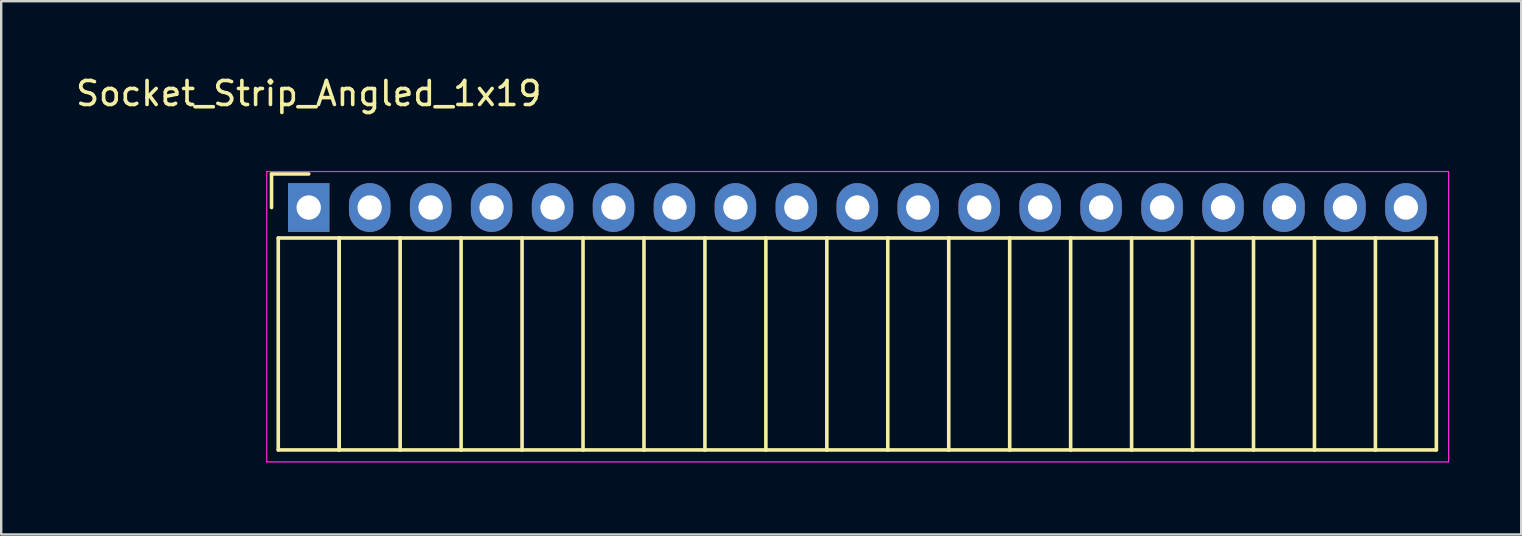
<source format=kicad_pcb>
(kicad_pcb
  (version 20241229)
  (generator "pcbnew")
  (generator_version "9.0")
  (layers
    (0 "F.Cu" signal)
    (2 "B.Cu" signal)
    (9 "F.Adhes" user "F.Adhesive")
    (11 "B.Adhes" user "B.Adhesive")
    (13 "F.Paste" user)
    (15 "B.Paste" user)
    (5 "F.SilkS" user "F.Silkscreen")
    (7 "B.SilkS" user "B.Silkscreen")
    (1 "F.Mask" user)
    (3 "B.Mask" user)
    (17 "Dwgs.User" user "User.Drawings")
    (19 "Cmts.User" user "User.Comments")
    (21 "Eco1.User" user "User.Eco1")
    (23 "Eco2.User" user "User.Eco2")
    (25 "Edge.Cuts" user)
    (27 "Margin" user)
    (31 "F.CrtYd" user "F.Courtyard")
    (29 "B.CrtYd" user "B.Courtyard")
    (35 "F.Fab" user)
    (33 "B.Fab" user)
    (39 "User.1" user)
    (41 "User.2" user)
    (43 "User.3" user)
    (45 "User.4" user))
  (footprint "Socket_Strip_Angled_1x19"
    (layer "F.Cu")
    (at 9.815 5.598)
    (property "Reference" "Socket_Strip_Angled_1x19" (at 0 -4.75 0) (layer "F.SilkS") (effects (font (size 1 1) (thickness 0.15))))
    (attr through_hole)
    (fp_line (start -1.55 -1.4) (end -1.55 0) (stroke (width 0.15) (type solid)) (layer "F.SilkS"))
    (fp_line (start -1.27 1.27) (end -1.27 10.1) (stroke (width 0.15) (type solid)) (layer "F.SilkS"))
    (fp_line (start -1.27 1.27) (end 1.27 1.27) (stroke (width 0.15) (type solid)) (layer "F.SilkS"))
    (fp_line (start -1.27 10.1) (end 1.27 10.1) (stroke (width 0.15) (type solid)) (layer "F.SilkS"))
    (fp_line (start 0 -1.4) (end -1.55 -1.4) (stroke (width 0.15) (type solid)) (layer "F.SilkS"))
    (fp_line (start 1.27 1.27) (end 1.27 10.1) (stroke (width 0.15) (type solid)) (layer "F.SilkS"))
    (fp_line (start 1.27 1.27) (end 3.81 1.27) (stroke (width 0.15) (type solid)) (layer "F.SilkS"))
    (fp_line (start 1.27 10.1) (end 1.27 1.27) (stroke (width 0.15) (type solid)) (layer "F.SilkS"))
    (fp_line (start 1.27 10.1) (end 3.81 10.1) (stroke (width 0.15) (type solid)) (layer "F.SilkS"))
    (fp_line (start 3.81 1.27) (end 6.35 1.27) (stroke (width 0.15) (type solid)) (layer "F.SilkS"))
    (fp_line (start 3.81 10.1) (end 3.81 1.27) (stroke (width 0.15) (type solid)) (layer "F.SilkS"))
    (fp_line (start 3.81 10.1) (end 6.35 10.1) (stroke (width 0.15) (type solid)) (layer "F.SilkS"))
    (fp_line (start 6.35 1.27) (end 8.89 1.27) (stroke (width 0.15) (type solid)) (layer "F.SilkS"))
    (fp_line (start 6.35 10.1) (end 6.35 1.27) (stroke (width 0.15) (type solid)) (layer "F.SilkS"))
    (fp_line (start 6.35 10.1) (end 8.89 10.1) (stroke (width 0.15) (type solid)) (layer "F.SilkS"))
    (fp_line (start 8.89 1.27) (end 11.43 1.27) (stroke (width 0.15) (type solid)) (layer "F.SilkS"))
    (fp_line (start 8.89 10.1) (end 8.89 1.27) (stroke (width 0.15) (type solid)) (layer "F.SilkS"))
    (fp_line (start 8.89 10.1) (end 11.43 10.1) (stroke (width 0.15) (type solid)) (layer "F.SilkS"))
    (fp_line (start 11.43 1.27) (end 13.97 1.27) (stroke (width 0.15) (type solid)) (layer "F.SilkS"))
    (fp_line (start 11.43 10.1) (end 11.43 1.27) (stroke (width 0.15) (type solid)) (layer "F.SilkS"))
    (fp_line (start 11.43 10.1) (end 13.97 10.1) (stroke (width 0.15) (type solid)) (layer "F.SilkS"))
    (fp_line (start 13.97 1.27) (end 16.51 1.27) (stroke (width 0.15) (type solid)) (layer "F.SilkS"))
    (fp_line (start 13.97 10.1) (end 13.97 1.27) (stroke (width 0.15) (type solid)) (layer "F.SilkS"))
    (fp_line (start 13.97 10.1) (end 16.51 10.1) (stroke (width 0.15) (type solid)) (layer "F.SilkS"))
    (fp_line (start 16.51 1.27) (end 19.05 1.27) (stroke (width 0.15) (type solid)) (layer "F.SilkS"))
    (fp_line (start 16.51 10.1) (end 16.51 1.27) (stroke (width 0.15) (type solid)) (layer "F.SilkS"))
    (fp_line (start 16.51 10.1) (end 19.05 10.1) (stroke (width 0.15) (type solid)) (layer "F.SilkS"))
    (fp_line (start 19.05 1.27) (end 21.59 1.27) (stroke (width 0.15) (type solid)) (layer "F.SilkS"))
    (fp_line (start 19.05 10.1) (end 19.05 1.27) (stroke (width 0.15) (type solid)) (layer "F.SilkS"))
    (fp_line (start 19.05 10.1) (end 21.59 10.1) (stroke (width 0.15) (type solid)) (layer "F.SilkS"))
    (fp_line (start 21.59 1.27) (end 24.13 1.27) (stroke (width 0.15) (type solid)) (layer "F.SilkS"))
    (fp_line (start 21.59 10.1) (end 21.59 1.27) (stroke (width 0.15) (type solid)) (layer "F.SilkS"))
    (fp_line (start 21.59 10.1) (end 24.13 10.1) (stroke (width 0.15) (type solid)) (layer "F.SilkS"))
    (fp_line (start 24.13 1.27) (end 26.67 1.27) (stroke (width 0.15) (type solid)) (layer "F.SilkS"))
    (fp_line (start 24.13 10.1) (end 24.13 1.27) (stroke (width 0.15) (type solid)) (layer "F.SilkS"))
    (fp_line (start 24.13 10.1) (end 26.67 10.1) (stroke (width 0.15) (type solid)) (layer "F.SilkS"))
    (fp_line (start 26.67 1.27) (end 29.21 1.27) (stroke (width 0.15) (type solid)) (layer "F.SilkS"))
    (fp_line (start 26.67 10.1) (end 26.67 1.27) (stroke (width 0.15) (type solid)) (layer "F.SilkS"))
    (fp_line (start 26.67 10.1) (end 29.21 10.1) (stroke (width 0.15) (type solid)) (layer "F.SilkS"))
    (fp_line (start 29.21 1.27) (end 31.75 1.27) (stroke (width 0.15) (type solid)) (layer "F.SilkS"))
    (fp_line (start 29.21 10.1) (end 29.21 1.27) (stroke (width 0.15) (type solid)) (layer "F.SilkS"))
    (fp_line (start 29.21 10.1) (end 31.75 10.1) (stroke (width 0.15) (type solid)) (layer "F.SilkS"))
    (fp_line (start 31.75 1.27) (end 34.29 1.27) (stroke (width 0.15) (type solid)) (layer "F.SilkS"))
    (fp_line (start 31.75 10.1) (end 31.75 1.27) (stroke (width 0.15) (type solid)) (layer "F.SilkS"))
    (fp_line (start 31.75 10.1) (end 34.29 10.1) (stroke (width 0.15) (type solid)) (layer "F.SilkS"))
    (fp_line (start 34.29 1.27) (end 36.83 1.27) (stroke (width 0.15) (type solid)) (layer "F.SilkS"))
    (fp_line (start 34.29 10.1) (end 34.29 1.27) (stroke (width 0.15) (type solid)) (layer "F.SilkS"))
    (fp_line (start 34.29 10.1) (end 36.83 10.1) (stroke (width 0.15) (type solid)) (layer "F.SilkS"))
    (fp_line (start 36.83 1.27) (end 39.37 1.27) (stroke (width 0.15) (type solid)) (layer "F.SilkS"))
    (fp_line (start 36.83 10.1) (end 36.83 1.27) (stroke (width 0.15) (type solid)) (layer "F.SilkS"))
    (fp_line (start 36.83 10.1) (end 39.37 10.1) (stroke (width 0.15) (type solid)) (layer "F.SilkS"))
    (fp_line (start 39.37 1.27) (end 41.91 1.27) (stroke (width 0.15) (type solid)) (layer "F.SilkS"))
    (fp_line (start 39.37 10.1) (end 39.37 1.27) (stroke (width 0.15) (type solid)) (layer "F.SilkS"))
    (fp_line (start 39.37 10.1) (end 41.91 10.1) (stroke (width 0.15) (type solid)) (layer "F.SilkS"))
    (fp_line (start 41.91 1.27) (end 44.45 1.27) (stroke (width 0.15) (type solid)) (layer "F.SilkS"))
    (fp_line (start 41.91 10.1) (end 41.91 1.27) (stroke (width 0.15) (type solid)) (layer "F.SilkS"))
    (fp_line (start 41.91 10.1) (end 44.45 10.1) (stroke (width 0.15) (type solid)) (layer "F.SilkS"))
    (fp_line (start 44.45 1.27) (end 46.99 1.27) (stroke (width 0.15) (type solid)) (layer "F.SilkS"))
    (fp_line (start 44.45 10.1) (end 44.45 1.27) (stroke (width 0.15) (type solid)) (layer "F.SilkS"))
    (fp_line (start 44.45 10.1) (end 46.99 10.1) (stroke (width 0.15) (type solid)) (layer "F.SilkS"))
    (fp_line (start 46.99 10.1) (end 46.99 1.27) (stroke (width 0.15) (type solid)) (layer "F.SilkS"))
    (fp_line (start -1.75 -1.5) (end -1.75 10.6) (stroke (width 0.05) (type solid)) (layer "F.CrtYd"))
    (fp_line (start -1.75 -1.5) (end 47.5 -1.5) (stroke (width 0.05) (type solid)) (layer "F.CrtYd"))
    (fp_line (start -1.75 10.6) (end 47.5 10.6) (stroke (width 0.05) (type solid)) (layer "F.CrtYd"))
    (fp_line (start 47.5 -1.5) (end 47.5 10.6) (stroke (width 0.05) (type solid)) (layer "F.CrtYd"))
    (pad "1" thru_hole rect (at 0 0) (size 1.727 2.032) (drill 1.016) (layers "*.Cu" "*.Mask"))
    (pad "2" thru_hole oval (at 2.54 0) (size 1.727 2.032) (drill 1.016) (layers "*.Cu" "*.Mask"))
    (pad "3" thru_hole oval (at 5.08 0) (size 1.727 2.032) (drill 1.016) (layers "*.Cu" "*.Mask"))
    (pad "4" thru_hole oval (at 7.62 0) (size 1.727 2.032) (drill 1.016) (layers "*.Cu" "*.Mask"))
    (pad "5" thru_hole oval (at 10.16 0) (size 1.727 2.032) (drill 1.016) (layers "*.Cu" "*.Mask"))
    (pad "6" thru_hole oval (at 12.7 0) (size 1.727 2.032) (drill 1.016) (layers "*.Cu" "*.Mask"))
    (pad "7" thru_hole oval (at 15.24 0) (size 1.727 2.032) (drill 1.016) (layers "*.Cu" "*.Mask"))
    (pad "8" thru_hole oval (at 17.78 0) (size 1.727 2.032) (drill 1.016) (layers "*.Cu" "*.Mask"))
    (pad "9" thru_hole oval (at 20.32 0) (size 1.727 2.032) (drill 1.016) (layers "*.Cu" "*.Mask"))
    (pad "10" thru_hole oval (at 22.86 0) (size 1.727 2.032) (drill 1.016) (layers "*.Cu" "*.Mask"))
    (pad "11" thru_hole oval (at 25.4 0) (size 1.727 2.032) (drill 1.016) (layers "*.Cu" "*.Mask"))
    (pad "12" thru_hole oval (at 27.94 0) (size 1.727 2.032) (drill 1.016) (layers "*.Cu" "*.Mask"))
    (pad "13" thru_hole oval (at 30.48 0) (size 1.727 2.032) (drill 1.016) (layers "*.Cu" "*.Mask"))
    (pad "14" thru_hole oval (at 33.02 0) (size 1.727 2.032) (drill 1.016) (layers "*.Cu" "*.Mask"))
    (pad "15" thru_hole oval (at 35.56 0) (size 1.727 2.032) (drill 1.016) (layers "*.Cu" "*.Mask"))
    (pad "16" thru_hole oval (at 38.1 0) (size 1.727 2.032) (drill 1.016) (layers "*.Cu" "*.Mask"))
    (pad "17" thru_hole oval (at 40.64 0) (size 1.727 2.032) (drill 1.016) (layers "*.Cu" "*.Mask"))
    (pad "18" thru_hole oval (at 43.18 0) (size 1.727 2.032) (drill 1.016) (layers "*.Cu" "*.Mask"))
    (pad "19" thru_hole oval (at 45.72 0) (size 1.727 2.032) (drill 1.016) (layers "*.Cu" "*.Mask")))
  (gr_rect
    (start -3 -3)
    (end 60.34 19.223)
    (stroke (width 0.1) (type default))
    (fill no)
    (layer "Edge.Cuts")))
</source>
